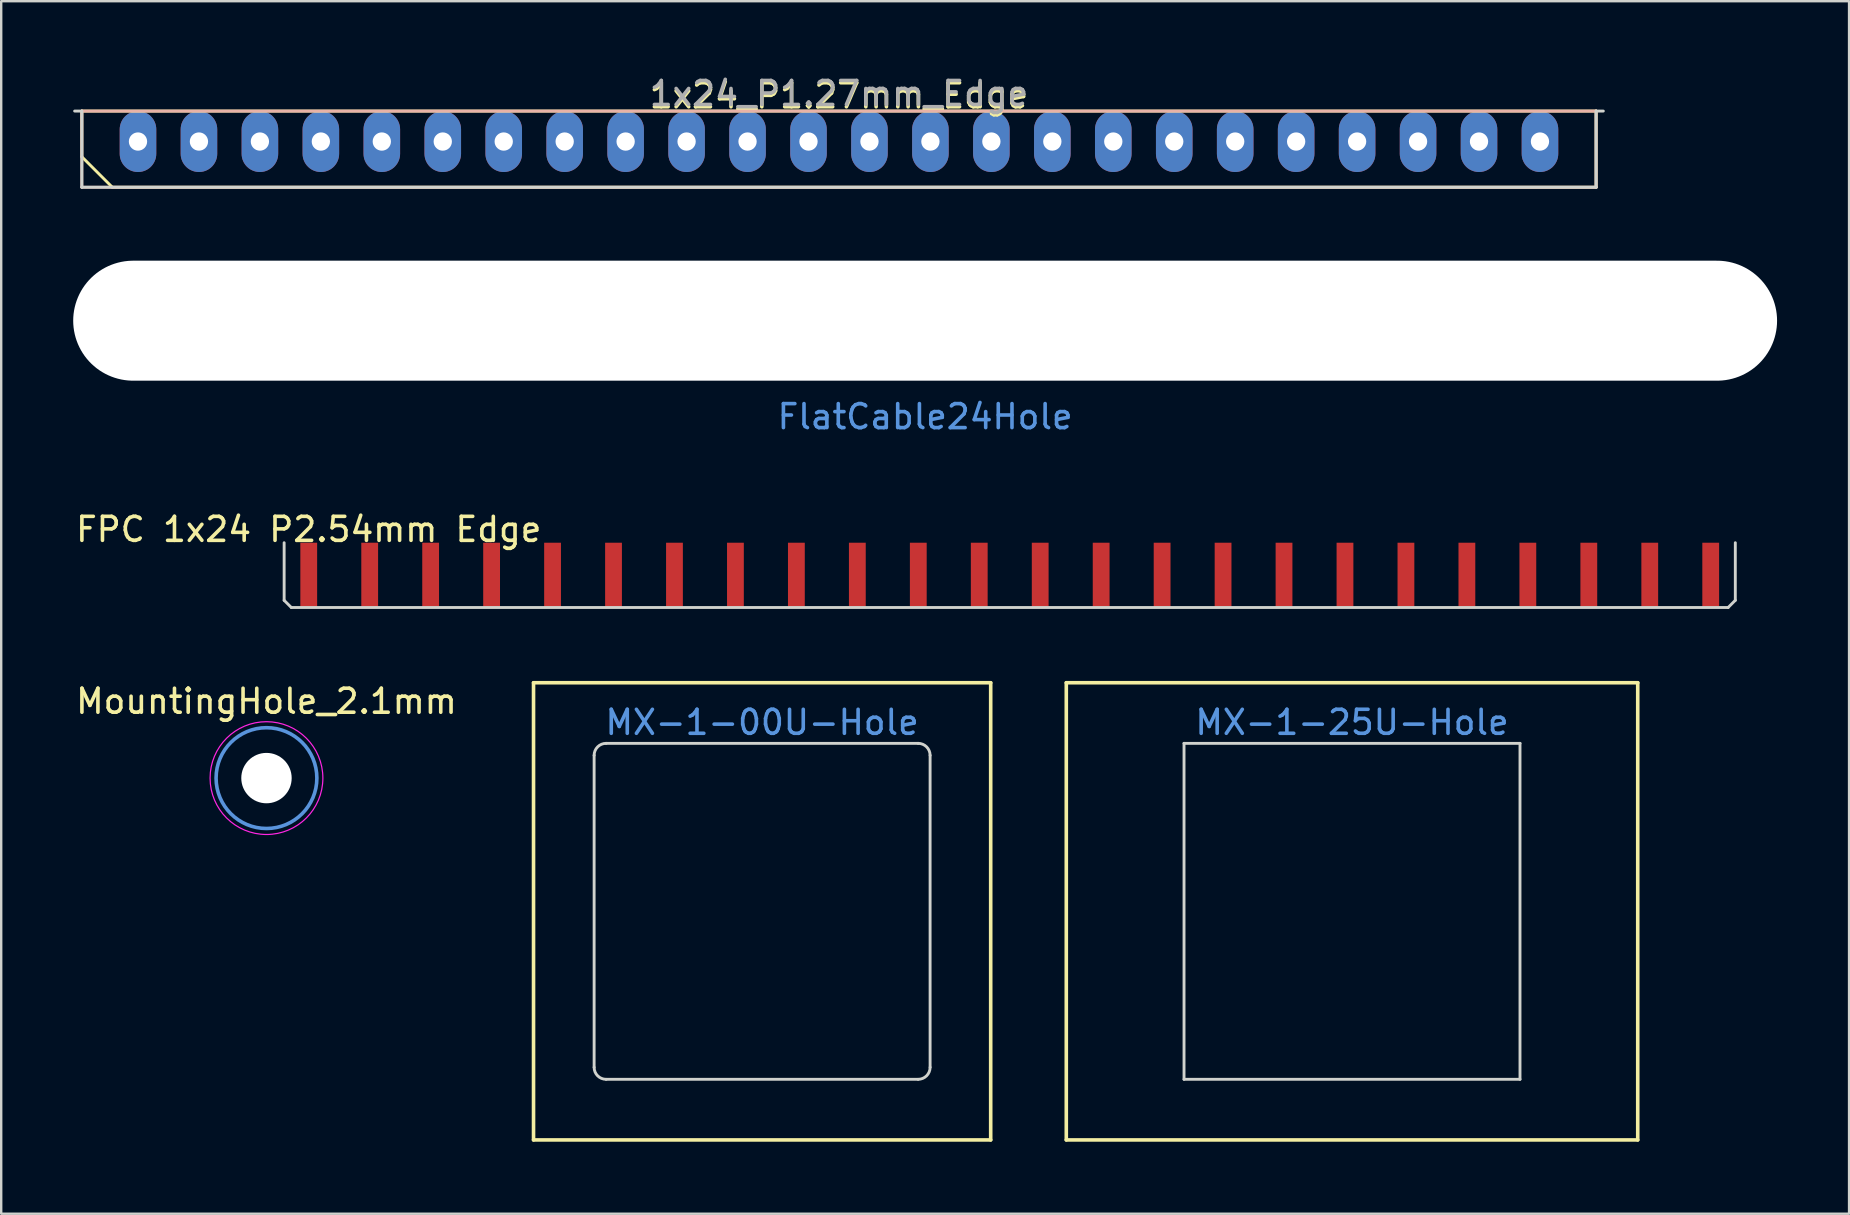
<source format=kicad_pcb>
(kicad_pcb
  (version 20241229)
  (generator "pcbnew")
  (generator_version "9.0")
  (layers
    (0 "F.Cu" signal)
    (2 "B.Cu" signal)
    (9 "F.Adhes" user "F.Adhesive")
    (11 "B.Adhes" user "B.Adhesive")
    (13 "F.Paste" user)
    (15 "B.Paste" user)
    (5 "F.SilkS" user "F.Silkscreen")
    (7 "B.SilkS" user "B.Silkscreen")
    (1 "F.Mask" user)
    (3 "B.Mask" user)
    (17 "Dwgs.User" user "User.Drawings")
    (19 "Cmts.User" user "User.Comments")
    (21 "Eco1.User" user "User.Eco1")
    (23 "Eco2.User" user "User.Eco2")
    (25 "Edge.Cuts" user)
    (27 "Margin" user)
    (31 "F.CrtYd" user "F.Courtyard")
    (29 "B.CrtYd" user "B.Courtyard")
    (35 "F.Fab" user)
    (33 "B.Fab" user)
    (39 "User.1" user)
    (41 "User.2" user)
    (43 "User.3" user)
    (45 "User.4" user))
  (footprint "MX-1-25U-Hole"
    (layer "F.Cu")
    (at 53.288 34.925)
    (property "Reference" "MX-1-25U-Hole" (at 0 -7.874 0) (layer "Cmts.User") (effects (font (size 1 1) (thickness 0.15))))
    (attr through_hole)
    (fp_line (start -11.906 -9.525) (end 11.906 -9.525) (stroke (width 0.15) (type solid)) (layer "F.SilkS"))
    (fp_line (start -11.906 9.525) (end -11.906 -9.525) (stroke (width 0.15) (type solid)) (layer "F.SilkS"))
    (fp_line (start 11.906 -9.525) (end 11.906 9.525) (stroke (width 0.15) (type solid)) (layer "F.SilkS"))
    (fp_line (start 11.906 9.525) (end -11.906 9.525) (stroke (width 0.15) (type solid)) (layer "F.SilkS"))
    (fp_line (start -7 -7) (end -7 7) (stroke (width 0.12) (type solid)) (layer "Edge.Cuts"))
    (fp_line (start -7 -7) (end 7 -7) (stroke (width 0.12) (type solid)) (layer "Edge.Cuts"))
    (fp_line (start -7 7) (end 7 7) (stroke (width 0.12) (type solid)) (layer "Edge.Cuts"))
    (fp_line (start 7 -7) (end 7 7) (stroke (width 0.12) (type solid)) (layer "Edge.Cuts")))
  (footprint "MX-1-00U-Hole"
    (layer "F.Cu")
    (at 28.707 34.925)
    (property "Reference" "MX-1-00U-Hole" (at 0 -7.874 0) (layer "Cmts.User") (effects (font (size 1 1) (thickness 0.15))))
    (attr through_hole)
    (fp_line (start -9.525 -9.525) (end 9.525 -9.525) (stroke (width 0.15) (type solid)) (layer "F.SilkS"))
    (fp_line (start -9.525 9.525) (end -9.525 -9.525) (stroke (width 0.15) (type solid)) (layer "F.SilkS"))
    (fp_line (start 9.525 -9.525) (end 9.525 9.525) (stroke (width 0.15) (type solid)) (layer "F.SilkS"))
    (fp_line (start 9.525 9.525) (end -9.525 9.525) (stroke (width 0.15) (type solid)) (layer "F.SilkS"))
    (fp_line (start -7 -6.5) (end -7 6.5) (stroke (width 0.12) (type solid)) (layer "Edge.Cuts"))
    (fp_line (start -6.5 -7) (end 6.5 -7) (stroke (width 0.12) (type solid)) (layer "Edge.Cuts"))
    (fp_line (start -6.5 7) (end 6.5 7) (stroke (width 0.12) (type solid)) (layer "Edge.Cuts"))
    (fp_line (start 7 -6.5) (end 7 6.5) (stroke (width 0.12) (type solid)) (layer "Edge.Cuts"))
    (fp_arc (start -7 -6.5) (mid -6.853553 -6.853553) (end -6.5 -7) (stroke (width 0.12) (type solid)) (layer "Edge.Cuts"))
    (fp_arc (start -6.5 7) (mid -6.853553 6.853553) (end -7 6.5) (stroke (width 0.12) (type solid)) (layer "Edge.Cuts"))
    (fp_arc (start 6.5 -7) (mid 6.853553 -6.853553) (end 7 -6.5) (stroke (width 0.12) (type solid)) (layer "Edge.Cuts"))
    (fp_arc (start 7 6.5) (mid 6.853553 6.853553) (end 6.5 7) (stroke (width 0.12) (type solid)) (layer "Edge.Cuts")))
  (footprint "1x24_P1.27mm_Edge"
    (layer "F.Cu")
    (at 31.91 2.848)
    (property "Reference" "1x24_P1.27mm_Edge" (at 0 -1.905 0) (layer "F.SilkS") (effects (font (size 1 1) (thickness 0.15))))
    (attr exclude_from_pos_files exclude_from_bom)
    (fp_line (start -31.55 -1.27) (end -31.55 0.635) (stroke (width 0.12) (type solid)) (layer "F.SilkS"))
    (fp_line (start -31.55 -1.27) (end 31.55 -1.27) (stroke (width 0.12) (type solid)) (layer "F.SilkS"))
    (fp_line (start -30.28 1.905) (end -31.55 0.635) (stroke (width 0.12) (type solid)) (layer "F.SilkS"))
    (fp_line (start -30.28 1.905) (end 31.55 1.905) (stroke (width 0.12) (type solid)) (layer "F.SilkS"))
    (fp_line (start 31.55 -1.27) (end 31.55 1.905) (stroke (width 0.12) (type solid)) (layer "F.SilkS"))
    (fp_line (start -31.55 -1.27) (end -31.55 1.905) (stroke (width 0.12) (type solid)) (layer "B.SilkS"))
    (fp_line (start -31.55 -1.27) (end 31.55 -1.27) (stroke (width 0.12) (type solid)) (layer "B.SilkS"))
    (fp_line (start -31.55 1.905) (end 31.55 1.905) (stroke (width 0.12) (type solid)) (layer "B.SilkS"))
    (fp_line (start 31.55 -1.27) (end 31.55 1.905) (stroke (width 0.12) (type solid)) (layer "B.SilkS"))
    (fp_line (start -31.85 -1.27) (end -31.55 -1.27) (stroke (width 0.12) (type solid)) (layer "Edge.Cuts"))
    (fp_line (start -31.55 1.905) (end -31.55 -1.27) (stroke (width 0.12) (type solid)) (layer "Edge.Cuts"))
    (fp_line (start -31.55 1.905) (end 31.55 1.905) (stroke (width 0.12) (type solid)) (layer "Edge.Cuts"))
    (fp_line (start 31.55 1.905) (end 31.55 -1.27) (stroke (width 0.12) (type solid)) (layer "Edge.Cuts"))
    (fp_line (start 31.85 -1.27) (end 31.55 -1.27) (stroke (width 0.12) (type solid)) (layer "Edge.Cuts"))
    (fp_text user "${REFERENCE}" (at 0 -2 0) (layer "F.Fab") (effects (font (size 1 1) (thickness 0.15))))
    (pad "1" thru_hole oval (at -29.21 0) (size 1.524 2.54) (drill 0.762) (layers "*.Cu" "*.Mask"))
    (pad "2" thru_hole oval (at -26.67 0) (size 1.524 2.54) (drill 0.762) (layers "*.Cu" "*.Mask"))
    (pad "3" thru_hole oval (at -24.13 0) (size 1.524 2.54) (drill 0.762) (layers "*.Cu" "*.Mask"))
    (pad "4" thru_hole oval (at -21.59 0) (size 1.524 2.54) (drill 0.762) (layers "*.Cu" "*.Mask"))
    (pad "5" thru_hole oval (at -19.05 0) (size 1.524 2.54) (drill 0.762) (layers "*.Cu" "*.Mask"))
    (pad "6" thru_hole oval (at -16.51 0) (size 1.524 2.54) (drill 0.762) (layers "*.Cu" "*.Mask"))
    (pad "7" thru_hole oval (at -13.97 0) (size 1.524 2.54) (drill 0.762) (layers "*.Cu" "*.Mask"))
    (pad "8" thru_hole oval (at -11.43 0) (size 1.524 2.54) (drill 0.762) (layers "*.Cu" "*.Mask"))
    (pad "9" thru_hole oval (at -8.89 0) (size 1.524 2.54) (drill 0.762) (layers "*.Cu" "*.Mask"))
    (pad "10" thru_hole oval (at -6.35 0) (size 1.524 2.54) (drill 0.762) (layers "*.Cu" "*.Mask"))
    (pad "11" thru_hole oval (at -3.81 0) (size 1.524 2.54) (drill 0.762) (layers "*.Cu" "*.Mask"))
    (pad "12" thru_hole oval (at -1.27 0) (size 1.524 2.54) (drill 0.762) (layers "*.Cu" "*.Mask"))
    (pad "13" thru_hole oval (at 1.27 0) (size 1.524 2.54) (drill 0.762) (layers "*.Cu" "*.Mask"))
    (pad "14" thru_hole oval (at 3.81 0) (size 1.524 2.54) (drill 0.762) (layers "*.Cu" "*.Mask"))
    (pad "15" thru_hole oval (at 6.35 0) (size 1.524 2.54) (drill 0.762) (layers "*.Cu" "*.Mask"))
    (pad "16" thru_hole oval (at 8.89 0) (size 1.524 2.54) (drill 0.762) (layers "*.Cu" "*.Mask"))
    (pad "17" thru_hole oval (at 11.43 0) (size 1.524 2.54) (drill 0.762) (layers "*.Cu" "*.Mask"))
    (pad "18" thru_hole oval (at 13.97 0) (size 1.524 2.54) (drill 0.762) (layers "*.Cu" "*.Mask"))
    (pad "19" thru_hole oval (at 16.51 0) (size 1.524 2.54) (drill 0.762) (layers "*.Cu" "*.Mask"))
    (pad "20" thru_hole oval (at 19.05 0) (size 1.524 2.54) (drill 0.762) (layers "*.Cu" "*.Mask"))
    (pad "21" thru_hole oval (at 21.59 0) (size 1.524 2.54) (drill 0.762) (layers "*.Cu" "*.Mask"))
    (pad "22" thru_hole oval (at 24.13 0) (size 1.524 2.54) (drill 0.762) (layers "*.Cu" "*.Mask"))
    (pad "23" thru_hole oval (at 26.67 0) (size 1.524 2.54) (drill 0.762) (layers "*.Cu" "*.Mask"))
    (pad "24" thru_hole oval (at 29.21 0) (size 1.524 2.54) (drill 0.762) (layers "*.Cu" "*.Mask")))
  (footprint "MountingHole_2.1mm"
    (layer "F.Cu")
    (at 8.054 29.373)
    (property "Reference" "MountingHole_2.1mm" (at 0 -3.2 0) (layer "F.SilkS") (effects (font (size 1 1) (thickness 0.15))))
    (attr exclude_from_pos_files exclude_from_bom)
    (fp_circle (center 0 0) (end 2.1 0) (stroke (width 0.15) (type solid)) (fill no) (layer "Cmts.User"))
    (fp_circle (center 0 0) (end 2.35 0) (stroke (width 0.05) (type solid)) (fill no) (layer "F.CrtYd"))
    (pad "" np_thru_hole circle (at 0 0) (size 2.1 2.1) (drill 2.1) (layers "*.Cu" "*.Mask")))
  (footprint "FlatCable24Hole"
    (layer "F.Cu")
    (at 35.5 10.313)
    (property "Reference" "FlatCable24Hole" (at 0 4 0) (layer "Cmts.User") (effects (font (size 1 1) (thickness 0.15))))
    (attr through_hole)
    (pad "" np_thru_hole oval (at 0 0) (size 71 5) (drill oval 71 5) (layers "*.Cu" "*.Mask")))
  (footprint "FPC 1x24 P2.54mm Edge"
    (layer "F.Cu")
    (at 9.815 20.915)
    (property "Reference" "FPC 1x24 P2.54mm Edge" (at 0 -1.905 0) (layer "F.SilkS") (effects (font (size 1 1) (thickness 0.15))))
    (attr exclude_from_pos_files exclude_from_bom)
    (fp_line (start -1.025 1.05) (end -1.025 -1.35) (stroke (width 0.12) (type solid)) (layer "Edge.Cuts"))
    (fp_line (start -0.725 1.35) (end -1.025 1.05) (stroke (width 0.12) (type solid)) (layer "Edge.Cuts"))
    (fp_line (start -0.725 1.35) (end 59.145 1.35) (stroke (width 0.12) (type solid)) (layer "Edge.Cuts"))
    (fp_line (start 59.145 1.35) (end 59.445 1.05) (stroke (width 0.12) (type solid)) (layer "Edge.Cuts"))
    (fp_line (start 59.445 1.05) (end 59.445 -1.35) (stroke (width 0.12) (type solid)) (layer "Edge.Cuts"))
    (pad "1" connect rect (at 0 0) (size 0.7 2.7) (layers "F.Cu" "F.Mask"))
    (pad "2" connect rect (at 2.54 0) (size 0.7 2.7) (layers "F.Cu" "F.Mask"))
    (pad "3" connect rect (at 5.08 0) (size 0.7 2.7) (layers "F.Cu" "F.Mask"))
    (pad "4" connect rect (at 7.62 0) (size 0.7 2.7) (layers "F.Cu" "F.Mask"))
    (pad "5" connect rect (at 10.16 0) (size 0.7 2.7) (layers "F.Cu" "F.Mask"))
    (pad "6" connect rect (at 12.7 0) (size 0.7 2.7) (layers "F.Cu" "F.Mask"))
    (pad "7" connect rect (at 15.24 0) (size 0.7 2.7) (layers "F.Cu" "F.Mask"))
    (pad "8" connect rect (at 17.78 0) (size 0.7 2.7) (layers "F.Cu" "F.Mask"))
    (pad "9" connect rect (at 20.32 0) (size 0.7 2.7) (layers "F.Cu" "F.Mask"))
    (pad "10" connect rect (at 22.86 0) (size 0.7 2.7) (layers "F.Cu" "F.Mask"))
    (pad "11" connect rect (at 25.4 0) (size 0.7 2.7) (layers "F.Cu" "F.Mask"))
    (pad "12" connect rect (at 27.94 0) (size 0.7 2.7) (layers "F.Cu" "F.Mask"))
    (pad "13" connect rect (at 30.48 0) (size 0.7 2.7) (layers "F.Cu" "F.Mask"))
    (pad "14" connect rect (at 33.02 0) (size 0.7 2.7) (layers "F.Cu" "F.Mask"))
    (pad "15" connect rect (at 35.56 0) (size 0.7 2.7) (layers "F.Cu" "F.Mask"))
    (pad "16" connect rect (at 38.1 0) (size 0.7 2.7) (layers "F.Cu" "F.Mask"))
    (pad "17" connect rect (at 40.64 0) (size 0.7 2.7) (layers "F.Cu" "F.Mask"))
    (pad "18" connect rect (at 43.18 0) (size 0.7 2.7) (layers "F.Cu" "F.Mask"))
    (pad "19" connect rect (at 45.72 0) (size 0.7 2.7) (layers "F.Cu" "F.Mask"))
    (pad "20" connect rect (at 48.26 0) (size 0.7 2.7) (layers "F.Cu" "F.Mask"))
    (pad "21" connect rect (at 50.8 0) (size 0.7 2.7) (layers "F.Cu" "F.Mask"))
    (pad "22" connect rect (at 53.34 0) (size 0.7 2.7) (layers "F.Cu" "F.Mask"))
    (pad "23" connect rect (at 55.88 0) (size 0.7 2.7) (layers "F.Cu" "F.Mask"))
    (pad "24" connect rect (at 58.42 0) (size 0.7 2.7) (layers "F.Cu" "F.Mask")))
  (gr_rect
    (start -3 -3)
    (end 74 47.525)
    (stroke (width 0.1) (type default))
    (fill no)
    (layer "Edge.Cuts")))
</source>
